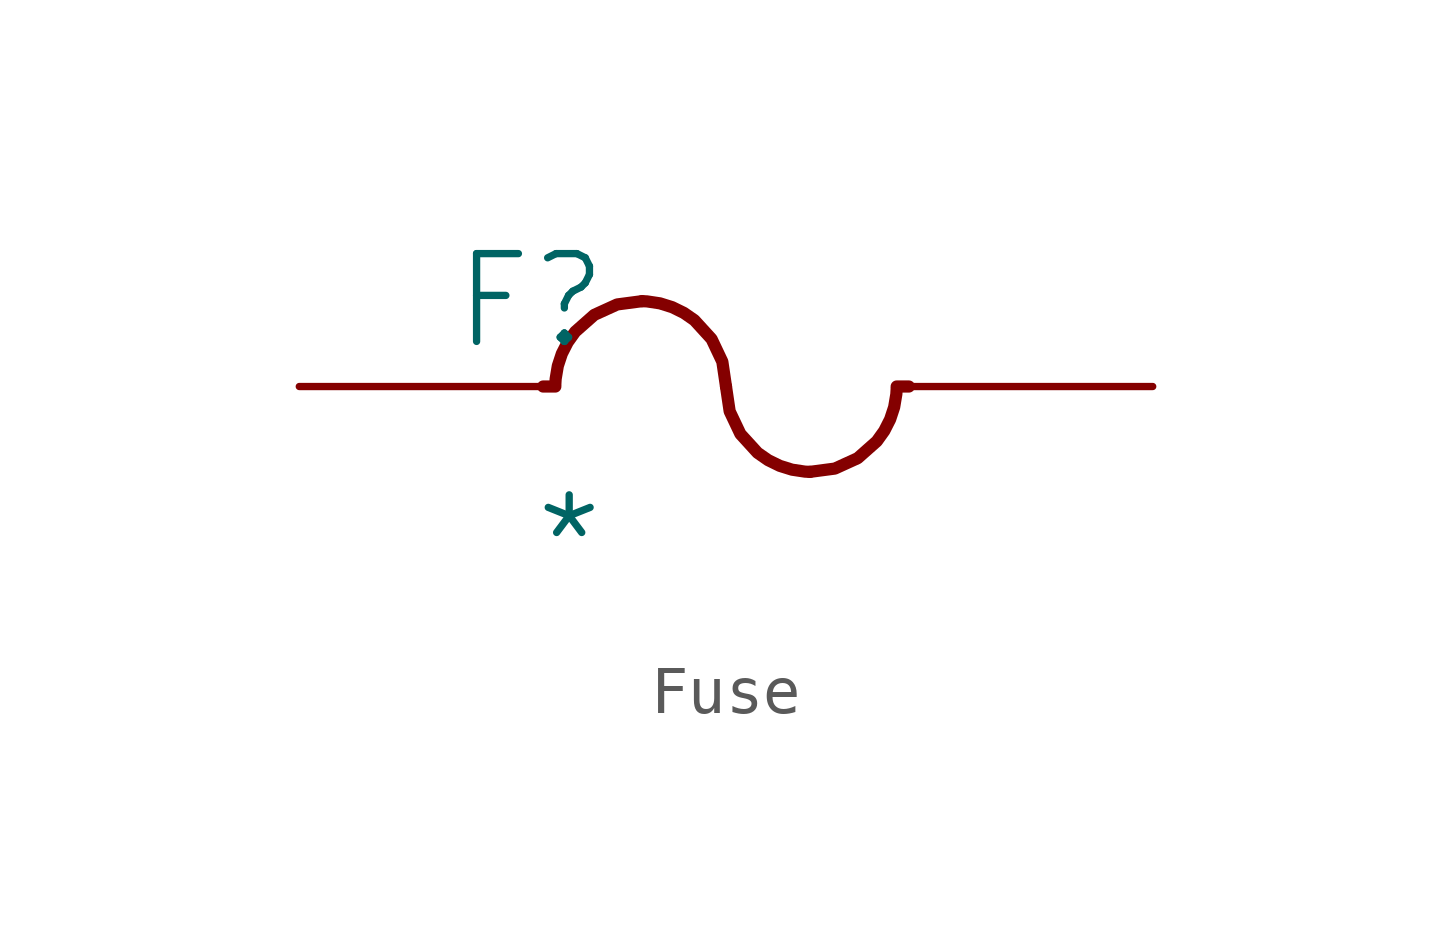
<source format=kicad_sym>
(kicad_symbol_lib
  (version 20231120)
  (generator "kicad_symbol_editor")
  (generator_version "8.0")
  (symbol "Fuse"
    (property "Reference" "F"
      (at -0.254 -0.762 0)
      (effects (font (size 1.829 1.829))))
    (property "Value" "*"
      (at -0.254 -6.858 0)
      (effects (font (size 1.829 1.829)) (justify left bottom)))
    (symbol "Fuse_1_0"
      (polyline (pts (xy 0 -2.54) (xy 0.254 -2.54)) (stroke (width 0.254) (type solid)) (fill (type none)))
      (polyline (pts (xy 7.366 -2.54) (xy 7.62 -2.54)) (stroke (width 0.254) (type solid)) (fill (type none)))
      (bezier (pts (xy 2.06 -0.762) (xy 1.089 -0.747) (xy 0.285 -1.514) (xy 0.255 -2.484)) (stroke (width 0.254) (type solid)) (fill (type none)))
      (bezier (pts (xy 3.81 -2.54) (xy 3.81 -1.569) (xy 3.031 -0.777) (xy 2.06 -0.762)) (stroke (width 0.254) (type solid)) (fill (type none)))
      (bezier (pts (xy 3.81 -2.54) (xy 3.81 -3.511) (xy 4.589 -4.303) (xy 5.56 -4.318)) (stroke (width 0.254) (type solid)) (fill (type none)))
      (bezier (pts (xy 5.56 -4.318) (xy 6.531 -4.333) (xy 7.335 -3.566) (xy 7.365 -2.595)) (stroke (width 0.254) (type solid)) (fill (type none)))
      (pin passive line (at -5.08 -2.54 0) (length 5.08) (name "1" (effects (font (size 0 0)))) (number "1" (effects (font (size 0 0)))))
      (pin passive line (at 12.7 -2.54 180) (length 5.08) (name "2" (effects (font (size 0 0)))) (number "2" (effects (font (size 0 0))))))))
</source>
